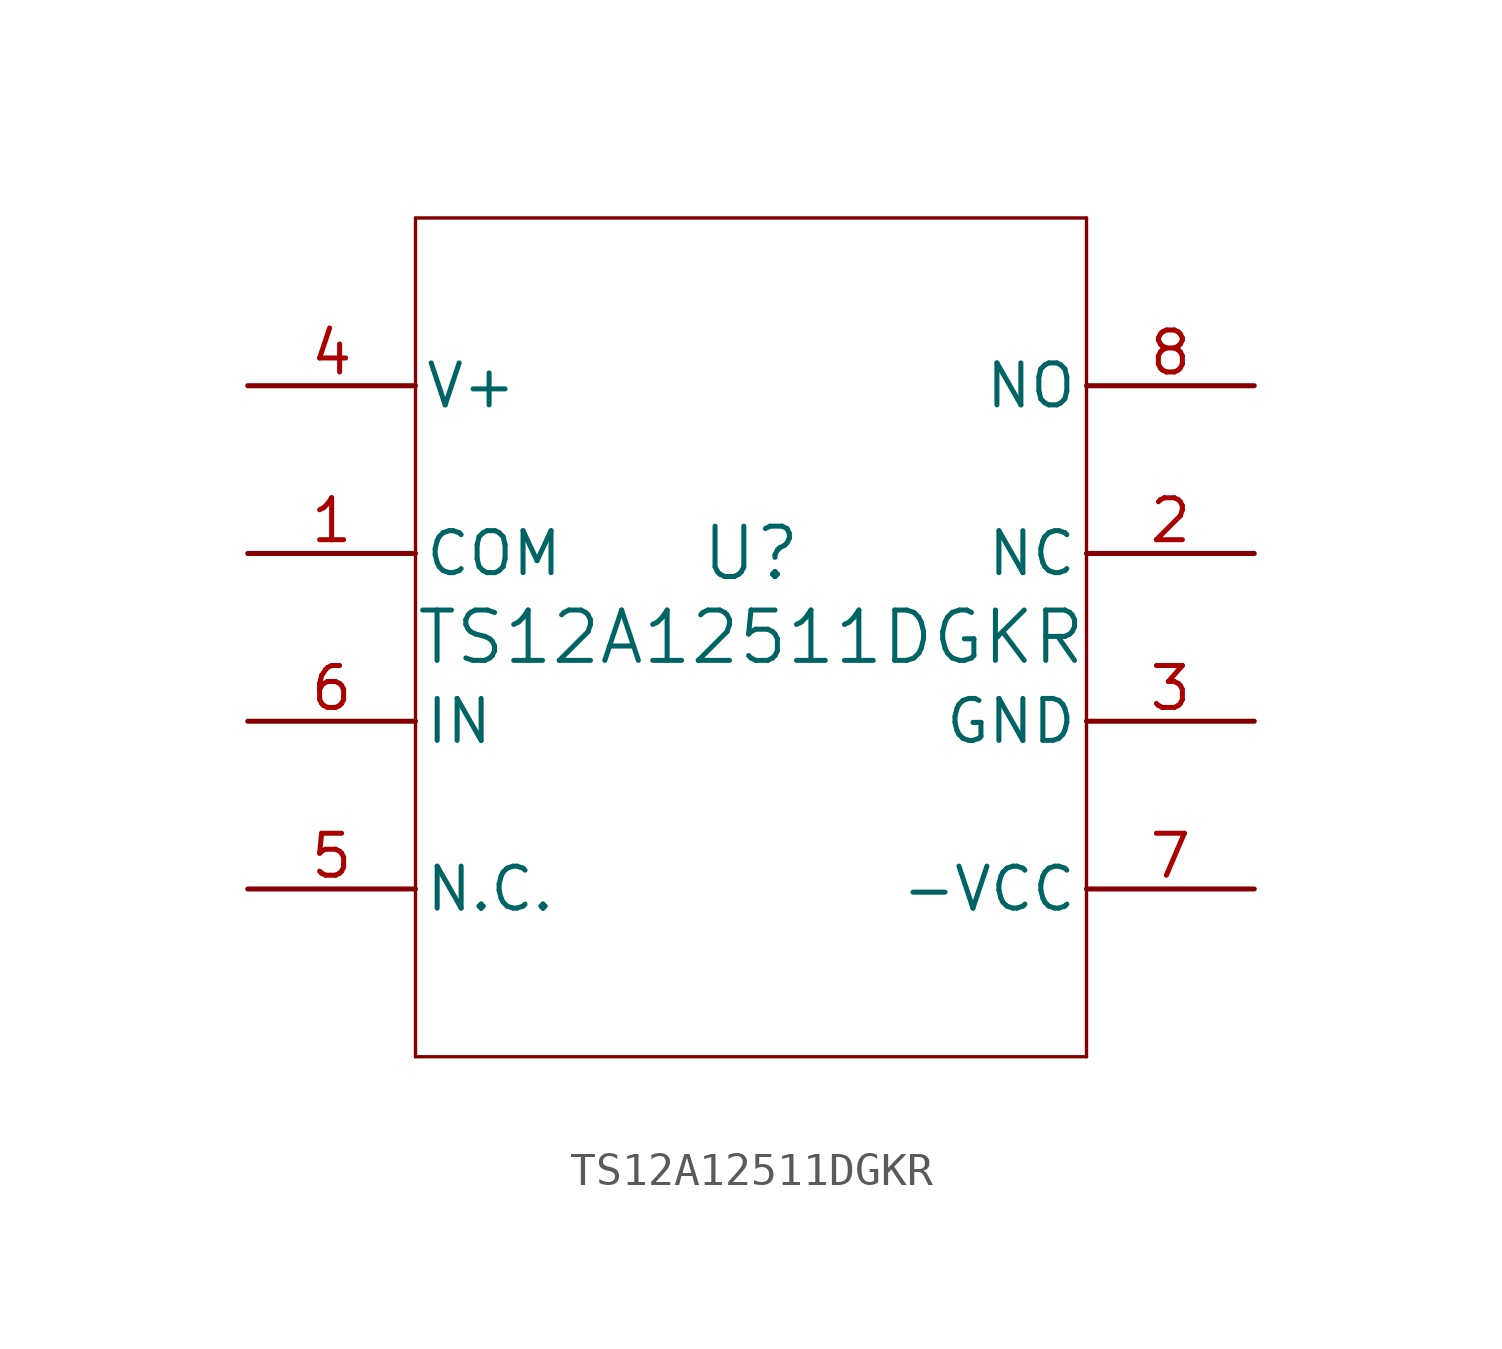
<source format=kicad_sym>
(kicad_symbol_lib
  (version 20211014)
  (generator kicad_symbol_editor)
  (symbol "TS12A12511DGKR"
    (pin_names
      (offset 0.254))
    (property "Reference" "U"
      (at 0 2.54 0)
      (effects (font (size 1.524 1.524))))
    (property "Value" "TS12A12511DGKR"
      (at 0 0 0)
      (effects (font (size 1.524 1.524))))
    (symbol "TS12A12511DGKR_0_1"
      (polyline (pts (xy -10.16 -12.7) (xy 10.16 -12.7)) (stroke (width 0.102) (type default) (color 0 0 0 0)) (fill (type none)))
      (polyline (pts (xy 10.16 -12.7) (xy 10.16 12.7)) (stroke (width 0.102) (type default) (color 0 0 0 0)) (fill (type none)))
      (polyline (pts (xy 10.16 12.7) (xy -10.16 12.7)) (stroke (width 0.102) (type default) (color 0 0 0 0)) (fill (type none)))
      (polyline (pts (xy -10.16 12.7) (xy -10.16 -12.7)) (stroke (width 0.102) (type default) (color 0 0 0 0)) (fill (type none)))
      (pin bidirectional line (at -15.24 2.54 0) (length 5.08) (name "COM" (effects (font (size 1.27 1.27)))) (number "1" (effects (font (size 1.27 1.27)))))
      (pin bidirectional line (at 15.24 2.54 180) (length 5.08) (name "NC" (effects (font (size 1.27 1.27)))) (number "2" (effects (font (size 1.27 1.27)))))
      (pin power_in line (at 15.24 -2.54 180) (length 5.08) (name "GND" (effects (font (size 1.27 1.27)))) (number "3" (effects (font (size 1.27 1.27)))))
      (pin power_in line (at -15.24 7.62 0) (length 5.08) (name "V+" (effects (font (size 1.27 1.27)))) (number "4" (effects (font (size 1.27 1.27)))))
      (pin unspecified line (at -15.24 -7.62 0) (length 5.08) (name "N.C." (effects (font (size 1.27 1.27)))) (number "5" (effects (font (size 1.27 1.27)))))
      (pin input line (at -15.24 -2.54 0) (length 5.08) (name "IN" (effects (font (size 1.27 1.27)))) (number "6" (effects (font (size 1.27 1.27)))))
      (pin unspecified line (at 15.24 -7.62 180) (length 5.08) (name "-VCC" (effects (font (size 1.27 1.27)))) (number "7" (effects (font (size 1.27 1.27)))))
      (pin bidirectional line (at 15.24 7.62 180) (length 5.08) (name "NO" (effects (font (size 1.27 1.27)))) (number "8" (effects (font (size 1.27 1.27))))))))
</source>
